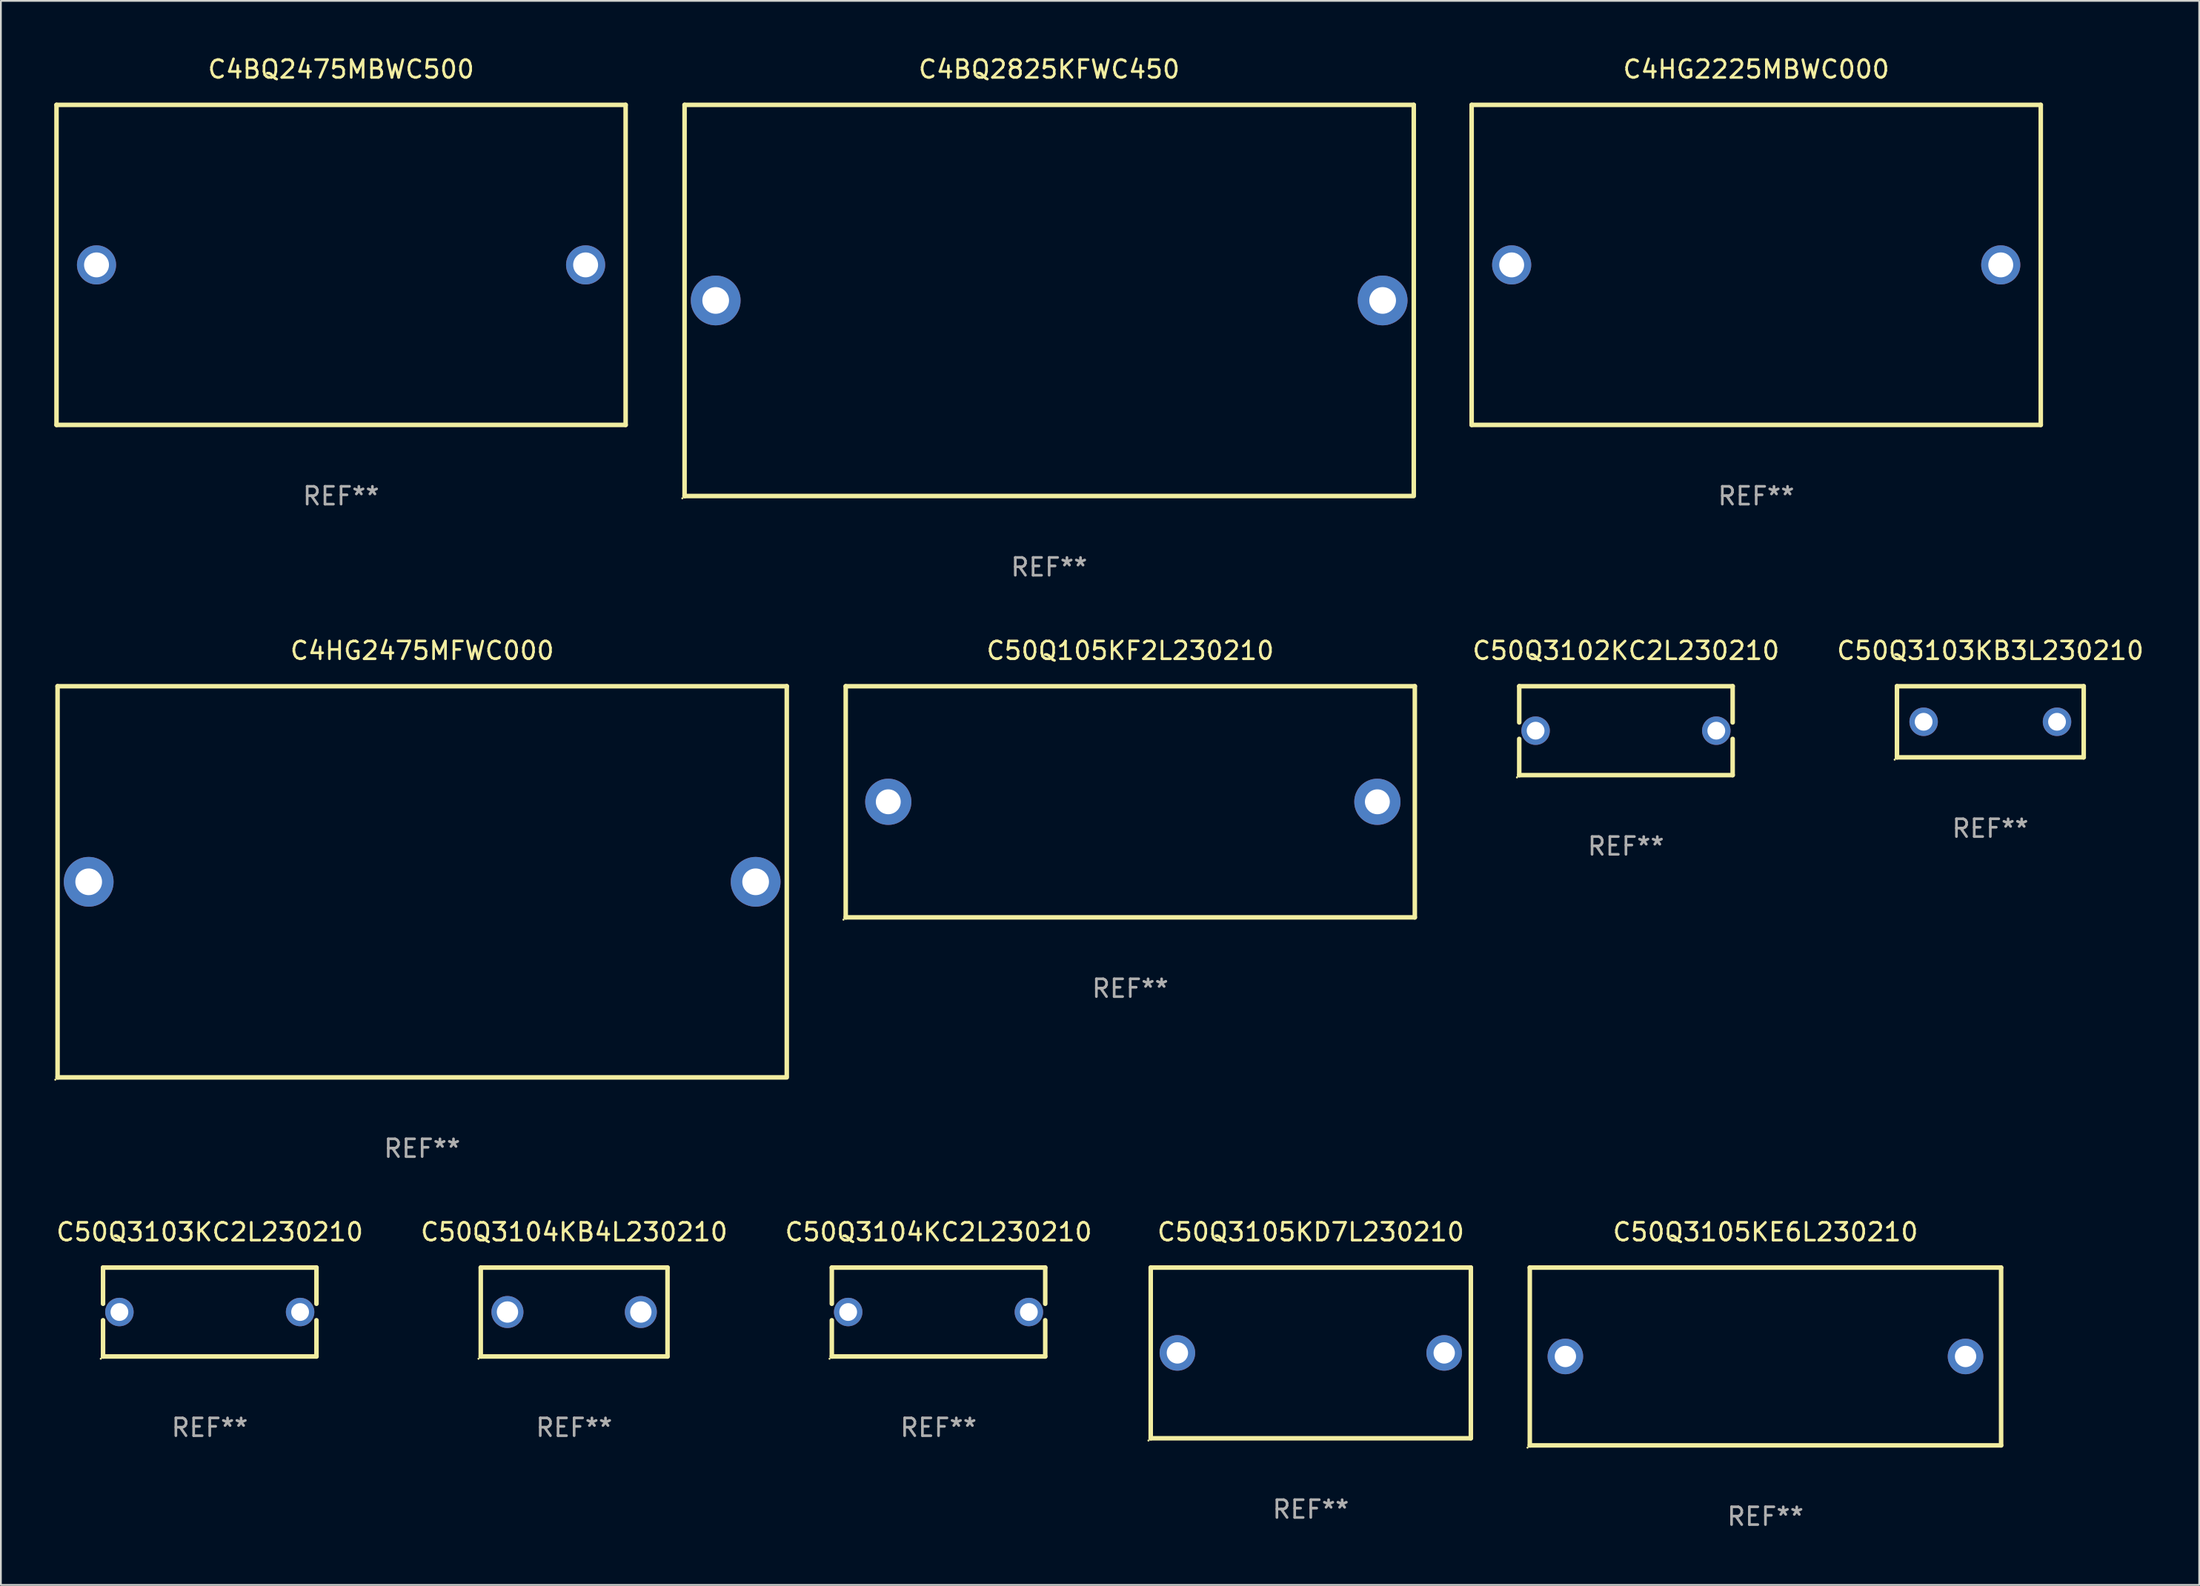
<source format=kicad_pcb>
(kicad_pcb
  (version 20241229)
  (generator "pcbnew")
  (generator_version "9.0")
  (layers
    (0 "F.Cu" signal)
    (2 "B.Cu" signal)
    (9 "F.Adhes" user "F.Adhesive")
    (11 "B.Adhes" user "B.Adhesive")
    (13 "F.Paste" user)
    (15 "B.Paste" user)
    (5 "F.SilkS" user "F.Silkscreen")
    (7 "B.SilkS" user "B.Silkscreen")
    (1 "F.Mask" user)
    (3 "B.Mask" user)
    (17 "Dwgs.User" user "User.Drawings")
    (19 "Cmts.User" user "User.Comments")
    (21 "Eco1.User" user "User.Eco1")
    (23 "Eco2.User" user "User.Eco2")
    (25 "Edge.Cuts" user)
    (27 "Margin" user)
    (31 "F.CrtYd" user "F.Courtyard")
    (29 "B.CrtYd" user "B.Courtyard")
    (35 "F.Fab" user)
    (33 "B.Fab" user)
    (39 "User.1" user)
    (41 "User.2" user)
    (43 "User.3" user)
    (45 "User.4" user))
  (footprint "C50Q3102KC2L230210"
    (layer "F.Cu")
    (at 88.371 38.045)
    (property "Reference" "C50Q3102KC2L230210" (at 0 -4.5 0) (layer "F.SilkS") (effects (font (size 1 1) (thickness 0.15))))
    (attr through_hole)
    (fp_line (start -6 -2.5) (end 6 -2.5) (stroke (width 0.254) (type solid)) (layer "F.SilkS"))
    (fp_line (start -6 -0.463) (end -6 -2.5) (stroke (width 0.254) (type solid)) (layer "F.SilkS"))
    (fp_line (start -6 2.5) (end -6 0.463) (stroke (width 0.254) (type solid)) (layer "F.SilkS"))
    (fp_line (start 6 -2.5) (end 6 -0.463) (stroke (width 0.254) (type solid)) (layer "F.SilkS"))
    (fp_line (start 6 0.463) (end 6 2.5) (stroke (width 0.254) (type solid)) (layer "F.SilkS"))
    (fp_line (start 6 2.5) (end -6 2.5) (stroke (width 0.254) (type solid)) (layer "F.SilkS"))
    (fp_circle (center -6.127 2.627) (end -6.097 2.627) (stroke (width 0.06) (type solid)) (fill no) (layer "F.SilkS"))
    (fp_text user "REF**" (at 0 6.5 0) (layer "F.Fab") (effects (font (size 1 1) (thickness 0.15))))
    (pad "1" thru_hole circle (at -5.08 0) (size 1.6 1.6) (drill 1) (layers "*.Cu" "*.Mask"))
    (pad "2" thru_hole circle (at 5.08 0) (size 1.6 1.6) (drill 1) (layers "*.Cu" "*.Mask")))
  (footprint "C50Q3104KB4L230210"
    (layer "F.Cu")
    (at 29.232 70.741)
    (property "Reference" "C50Q3104KB4L230210" (at 0 -4.5 0) (layer "F.SilkS") (effects (font (size 1 1) (thickness 0.15))))
    (attr through_hole)
    (fp_line (start -5.25 -2.5) (end 5.25 -2.5) (stroke (width 0.254) (type solid)) (layer "F.SilkS"))
    (fp_line (start -5.25 2.5) (end -5.25 -2.5) (stroke (width 0.254) (type solid)) (layer "F.SilkS"))
    (fp_line (start 5.25 -2.5) (end 5.25 2.5) (stroke (width 0.254) (type solid)) (layer "F.SilkS"))
    (fp_line (start 5.25 2.5) (end -5.25 2.5) (stroke (width 0.254) (type solid)) (layer "F.SilkS"))
    (fp_circle (center -5.377 2.627) (end -5.347 2.627) (stroke (width 0.06) (type solid)) (fill no) (layer "F.SilkS"))
    (fp_text user "REF**" (at 0 6.5 0) (layer "F.Fab") (effects (font (size 1 1) (thickness 0.15))))
    (pad "1" thru_hole circle (at -3.75 0) (size 1.8 1.8) (drill 1.2) (layers "*.Cu" "*.Mask"))
    (pad "2" thru_hole circle (at 3.75 0) (size 1.8 1.8) (drill 1.2) (layers "*.Cu" "*.Mask")))
  (footprint "C4HG2475MFWC000"
    (layer "F.Cu")
    (at 20.687 46.545)
    (property "Reference" "C4HG2475MFWC000" (at 0 -13 0) (layer "F.SilkS") (effects (font (size 1 1) (thickness 0.15))))
    (attr through_hole)
    (fp_line (start -20.5 -11) (end -20.5 11) (stroke (width 0.254) (type solid)) (layer "F.SilkS"))
    (fp_line (start -20.5 -11) (end 20.5 -11) (stroke (width 0.254) (type solid)) (layer "F.SilkS"))
    (fp_line (start 20.5 -11) (end 20.5 10.922) (stroke (width 0.254) (type solid)) (layer "F.SilkS"))
    (fp_line (start 20.5 11) (end -20.5 11) (stroke (width 0.254) (type solid)) (layer "F.SilkS"))
    (fp_circle (center -20.627 11.127) (end -20.597 11.127) (stroke (width 0.06) (type solid)) (fill no) (layer "F.SilkS"))
    (fp_text user "REF**" (at 0 15 0) (layer "F.Fab") (effects (font (size 1 1) (thickness 0.15))))
    (pad "1" thru_hole circle (at -18.75 0) (size 2.8 2.8) (drill 1.5) (layers "*.Cu" "*.Mask"))
    (pad "2" thru_hole circle (at 18.75 0) (size 2.8 2.8) (drill 1.5) (layers "*.Cu" "*.Mask")))
  (footprint "C50Q3103KC2L230210"
    (layer "F.Cu")
    (at 8.744 70.741)
    (property "Reference" "C50Q3103KC2L230210" (at 0 -4.5 0) (layer "F.SilkS") (effects (font (size 1 1) (thickness 0.15))))
    (attr through_hole)
    (fp_line (start -6 -2.5) (end 6 -2.5) (stroke (width 0.254) (type solid)) (layer "F.SilkS"))
    (fp_line (start -6 -0.463) (end -6 -2.5) (stroke (width 0.254) (type solid)) (layer "F.SilkS"))
    (fp_line (start -6 2.5) (end -6 0.463) (stroke (width 0.254) (type solid)) (layer "F.SilkS"))
    (fp_line (start 6 -2.5) (end 6 -0.463) (stroke (width 0.254) (type solid)) (layer "F.SilkS"))
    (fp_line (start 6 0.463) (end 6 2.5) (stroke (width 0.254) (type solid)) (layer "F.SilkS"))
    (fp_line (start 6 2.5) (end -6 2.5) (stroke (width 0.254) (type solid)) (layer "F.SilkS"))
    (fp_circle (center -6.127 2.627) (end -6.097 2.627) (stroke (width 0.06) (type solid)) (fill no) (layer "F.SilkS"))
    (fp_text user "REF**" (at 0 6.5 0) (layer "F.Fab") (effects (font (size 1 1) (thickness 0.15))))
    (pad "1" thru_hole circle (at -5.08 0) (size 1.6 1.6) (drill 1) (layers "*.Cu" "*.Mask"))
    (pad "2" thru_hole circle (at 5.08 0) (size 1.6 1.6) (drill 1) (layers "*.Cu" "*.Mask")))
  (footprint "C50Q3103KB3L230210"
    (layer "F.Cu")
    (at 108.859 37.545)
    (property "Reference" "C50Q3103KB3L230210" (at 0 -4 0) (layer "F.SilkS") (effects (font (size 1 1) (thickness 0.15))))
    (attr through_hole)
    (fp_line (start -5.25 -2) (end 5.25 -2) (stroke (width 0.254) (type solid)) (layer "F.SilkS"))
    (fp_line (start -5.25 2) (end -5.25 -2) (stroke (width 0.254) (type solid)) (layer "F.SilkS"))
    (fp_line (start 5.25 -2) (end 5.25 2) (stroke (width 0.254) (type solid)) (layer "F.SilkS"))
    (fp_line (start 5.25 2) (end -5.25 2) (stroke (width 0.254) (type solid)) (layer "F.SilkS"))
    (fp_circle (center -5.377 2.127) (end -5.347 2.127) (stroke (width 0.06) (type solid)) (fill no) (layer "F.SilkS"))
    (fp_text user "REF**" (at 0 6 0) (layer "F.Fab") (effects (font (size 1 1) (thickness 0.15))))
    (pad "1" thru_hole circle (at -3.75 0) (size 1.6 1.6) (drill 1) (layers "*.Cu" "*.Mask"))
    (pad "2" thru_hole circle (at 3.75 0) (size 1.6 1.6) (drill 1) (layers "*.Cu" "*.Mask")))
  (footprint "C50Q3105KE6L230210"
    (layer "F.Cu")
    (at 96.215 73.241)
    (property "Reference" "C50Q3105KE6L230210" (at 0 -7 0) (layer "F.SilkS") (effects (font (size 1 1) (thickness 0.15))))
    (attr through_hole)
    (fp_line (start -13.25 -5) (end 13.25 -5) (stroke (width 0.254) (type solid)) (layer "F.SilkS"))
    (fp_line (start -13.25 5) (end -13.25 -5) (stroke (width 0.254) (type solid)) (layer "F.SilkS"))
    (fp_line (start 13.25 -5) (end 13.25 5) (stroke (width 0.254) (type solid)) (layer "F.SilkS"))
    (fp_line (start 13.25 5) (end -13.25 5) (stroke (width 0.254) (type solid)) (layer "F.SilkS"))
    (fp_circle (center -13.377 5.127) (end -13.347 5.127) (stroke (width 0.06) (type solid)) (fill no) (layer "F.SilkS"))
    (fp_text user "REF**" (at 0 9 0) (layer "F.Fab") (effects (font (size 1 1) (thickness 0.15))))
    (pad "1" thru_hole circle (at -11.25 0) (size 2 2) (drill 1.2) (layers "*.Cu" "*.Mask"))
    (pad "2" thru_hole circle (at 11.25 0) (size 2 2) (drill 1.2) (layers "*.Cu" "*.Mask")))
  (footprint "C4BQ2475MBWC500"
    (layer "F.Cu")
    (at 16.127 11.848)
    (property "Reference" "C4BQ2475MBWC500" (at 0 -11 0) (layer "F.SilkS") (effects (font (size 1 1) (thickness 0.15))))
    (attr through_hole)
    (fp_line (start -16 -9) (end 16 -9) (stroke (width 0.254) (type solid)) (layer "F.SilkS"))
    (fp_line (start -16 9) (end -16 -9) (stroke (width 0.254) (type solid)) (layer "F.SilkS"))
    (fp_line (start 16 -9) (end 16 9) (stroke (width 0.254) (type solid)) (layer "F.SilkS"))
    (fp_line (start 16 9) (end -16 9) (stroke (width 0.254) (type solid)) (layer "F.SilkS"))
    (fp_circle (center -16 9) (end -15.97 9) (stroke (width 0.06) (type solid)) (fill no) (layer "F.SilkS"))
    (fp_text user "REF**" (at 0 13 0) (layer "F.Fab") (effects (font (size 1 1) (thickness 0.15))))
    (pad "1" thru_hole circle (at -13.75 0) (size 2.2 2.2) (drill 1.4) (layers "*.Cu" "*.Mask"))
    (pad "2" thru_hole circle (at 13.75 0) (size 2.2 2.2) (drill 1.4) (layers "*.Cu" "*.Mask")))
  (footprint "C4BQ2825KFWC450"
    (layer "F.Cu")
    (at 55.941 13.848)
    (property "Reference" "C4BQ2825KFWC450" (at 0 -13 0) (layer "F.SilkS") (effects (font (size 1 1) (thickness 0.15))))
    (attr through_hole)
    (fp_line (start -20.5 -11) (end -20.5 11) (stroke (width 0.254) (type solid)) (layer "F.SilkS"))
    (fp_line (start -20.5 -11) (end 20.5 -11) (stroke (width 0.254) (type solid)) (layer "F.SilkS"))
    (fp_line (start 20.5 -11) (end 20.5 10.922) (stroke (width 0.254) (type solid)) (layer "F.SilkS"))
    (fp_line (start 20.5 11) (end -20.5 11) (stroke (width 0.254) (type solid)) (layer "F.SilkS"))
    (fp_circle (center -20.627 11.127) (end -20.597 11.127) (stroke (width 0.06) (type solid)) (fill no) (layer "F.SilkS"))
    (fp_text user "REF**" (at 0 15 0) (layer "F.Fab") (effects (font (size 1 1) (thickness 0.15))))
    (pad "1" thru_hole circle (at -18.75 0) (size 2.8 2.8) (drill 1.5) (layers "*.Cu" "*.Mask"))
    (pad "2" thru_hole circle (at 18.75 0) (size 2.8 2.8) (drill 1.5) (layers "*.Cu" "*.Mask")))
  (footprint "C4HG2225MBWC000"
    (layer "F.Cu")
    (at 95.695 11.848)
    (property "Reference" "C4HG2225MBWC000" (at 0 -11 0) (layer "F.SilkS") (effects (font (size 1 1) (thickness 0.15))))
    (attr through_hole)
    (fp_line (start -16 -9) (end 16 -9) (stroke (width 0.254) (type solid)) (layer "F.SilkS"))
    (fp_line (start -16 9) (end -16 -9) (stroke (width 0.254) (type solid)) (layer "F.SilkS"))
    (fp_line (start 16 -9) (end 16 9) (stroke (width 0.254) (type solid)) (layer "F.SilkS"))
    (fp_line (start 16 9) (end -16 9) (stroke (width 0.254) (type solid)) (layer "F.SilkS"))
    (fp_circle (center -16 9) (end -15.97 9) (stroke (width 0.06) (type solid)) (fill no) (layer "F.SilkS"))
    (fp_text user "REF**" (at 0 13 0) (layer "F.Fab") (effects (font (size 1 1) (thickness 0.15))))
    (pad "1" thru_hole circle (at -13.75 0) (size 2.2 2.2) (drill 1.4) (layers "*.Cu" "*.Mask"))
    (pad "2" thru_hole circle (at 13.75 0) (size 2.2 2.2) (drill 1.4) (layers "*.Cu" "*.Mask")))
  (footprint "C50Q3105KD7L230210"
    (layer "F.Cu")
    (at 70.651 73.041)
    (property "Reference" "C50Q3105KD7L230210" (at 0 -6.8 0) (layer "F.SilkS") (effects (font (size 1 1) (thickness 0.15))))
    (attr through_hole)
    (fp_line (start -9 -4.8) (end 9 -4.8) (stroke (width 0.254) (type solid)) (layer "F.SilkS"))
    (fp_line (start -9 4.8) (end -9 -4.8) (stroke (width 0.254) (type solid)) (layer "F.SilkS"))
    (fp_line (start 9 -4.8) (end 9 4.8) (stroke (width 0.254) (type solid)) (layer "F.SilkS"))
    (fp_line (start 9 4.8) (end -9 4.8) (stroke (width 0.254) (type solid)) (layer "F.SilkS"))
    (fp_circle (center -9.127 4.927) (end -9.097 4.927) (stroke (width 0.06) (type solid)) (fill no) (layer "F.SilkS"))
    (fp_text user "REF**" (at 0 8.8 0) (layer "F.Fab") (effects (font (size 1 1) (thickness 0.15))))
    (pad "1" thru_hole circle (at -7.501 0) (size 2 2) (drill 1.2) (layers "*.Cu" "*.Mask"))
    (pad "2" thru_hole circle (at 7.501 0) (size 2 2) (drill 1.2) (layers "*.Cu" "*.Mask")))
  (footprint "C50Q3104KC2L230210"
    (layer "F.Cu")
    (at 49.72 70.741)
    (property "Reference" "C50Q3104KC2L230210" (at 0 -4.5 0) (layer "F.SilkS") (effects (font (size 1 1) (thickness 0.15))))
    (attr through_hole)
    (fp_line (start -6 -2.5) (end 6 -2.5) (stroke (width 0.254) (type solid)) (layer "F.SilkS"))
    (fp_line (start -6 -0.463) (end -6 -2.5) (stroke (width 0.254) (type solid)) (layer "F.SilkS"))
    (fp_line (start -6 2.5) (end -6 0.463) (stroke (width 0.254) (type solid)) (layer "F.SilkS"))
    (fp_line (start 6 -2.5) (end 6 -0.463) (stroke (width 0.254) (type solid)) (layer "F.SilkS"))
    (fp_line (start 6 0.463) (end 6 2.5) (stroke (width 0.254) (type solid)) (layer "F.SilkS"))
    (fp_line (start 6 2.5) (end -6 2.5) (stroke (width 0.254) (type solid)) (layer "F.SilkS"))
    (fp_circle (center -6.127 2.627) (end -6.097 2.627) (stroke (width 0.06) (type solid)) (fill no) (layer "F.SilkS"))
    (fp_text user "REF**" (at 0 6.5 0) (layer "F.Fab") (effects (font (size 1 1) (thickness 0.15))))
    (pad "1" thru_hole circle (at -5.08 0) (size 1.6 1.6) (drill 1) (layers "*.Cu" "*.Mask"))
    (pad "2" thru_hole circle (at 5.08 0) (size 1.6 1.6) (drill 1) (layers "*.Cu" "*.Mask")))
  (footprint "C50Q105KF2L230210"
    (layer "F.Cu")
    (at 60.501 42.045)
    (property "Reference" "C50Q105KF2L230210" (at 0 -8.5 0) (layer "F.SilkS") (effects (font (size 1 1) (thickness 0.15))))
    (attr through_hole)
    (fp_line (start -15.999 -6.5) (end -15.999 6.5) (stroke (width 0.254) (type solid)) (layer "F.SilkS"))
    (fp_line (start -15.999 -6.5) (end 15.999 -6.5) (stroke (width 0.254) (type solid)) (layer "F.SilkS"))
    (fp_line (start 15.999 -6.5) (end 15.999 6.5) (stroke (width 0.254) (type solid)) (layer "F.SilkS"))
    (fp_line (start 15.999 6.5) (end -15.999 6.5) (stroke (width 0.254) (type solid)) (layer "F.SilkS"))
    (fp_circle (center -16.126 6.627) (end -16.096 6.627) (stroke (width 0.06) (type solid)) (fill no) (layer "F.SilkS"))
    (fp_text user "REF**" (at 0 10.5 0) (layer "F.Fab") (effects (font (size 1 1) (thickness 0.15))))
    (pad "1" thru_hole circle (at -13.606 0) (size 2.6 2.6) (drill 1.4) (layers "*.Cu" "*.Mask"))
    (pad "2" thru_hole circle (at 13.894 0) (size 2.6 2.6) (drill 1.4) (layers "*.Cu" "*.Mask")))
  (gr_rect
    (start -3 -3)
    (end 120.603 86.09)
    (stroke (width 0.1) (type default))
    (fill no)
    (layer "Edge.Cuts")))
</source>
